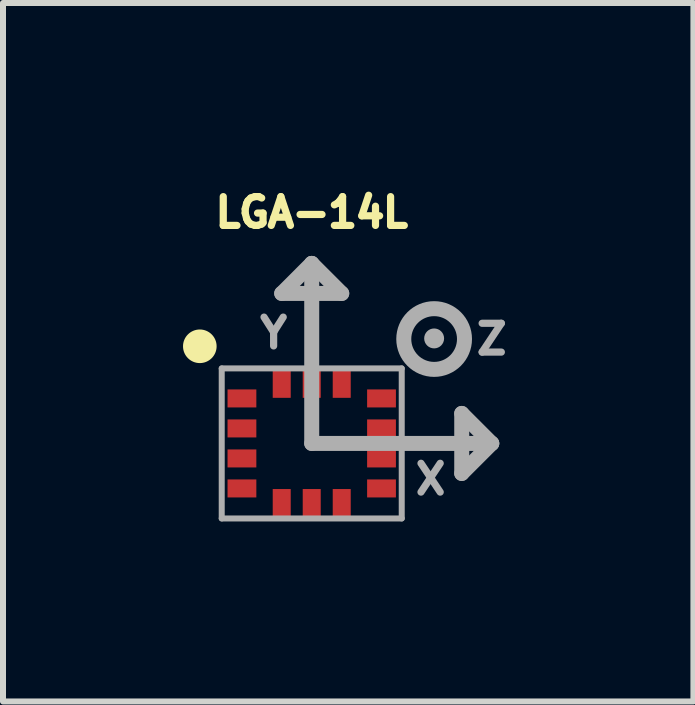
<source format=kicad_pcb>
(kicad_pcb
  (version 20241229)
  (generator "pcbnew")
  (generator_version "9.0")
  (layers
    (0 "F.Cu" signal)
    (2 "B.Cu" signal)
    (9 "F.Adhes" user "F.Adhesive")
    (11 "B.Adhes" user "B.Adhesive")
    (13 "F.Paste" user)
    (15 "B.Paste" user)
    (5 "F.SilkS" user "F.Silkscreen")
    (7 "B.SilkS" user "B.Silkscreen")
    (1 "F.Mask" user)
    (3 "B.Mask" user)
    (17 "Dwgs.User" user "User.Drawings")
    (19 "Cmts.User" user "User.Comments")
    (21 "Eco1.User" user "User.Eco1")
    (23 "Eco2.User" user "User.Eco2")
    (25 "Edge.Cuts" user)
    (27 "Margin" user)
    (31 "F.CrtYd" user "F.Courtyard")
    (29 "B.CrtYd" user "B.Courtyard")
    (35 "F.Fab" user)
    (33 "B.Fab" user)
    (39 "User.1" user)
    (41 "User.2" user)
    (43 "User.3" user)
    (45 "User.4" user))
  (footprint "LGA-14L"
    (layer "F.Cu")
    (at 2.145 4.34)
    (property "Reference" "LGA-14L" (at 0 -3.849 0) (layer "F.SilkS") (effects (font (size 0.48 0.48) (thickness 0.15))))
    (attr smd)
    (fp_circle (center -1.865 -1.619) (end -1.585 -1.619) (stroke (width 0) (type solid)) (fill yes) (layer "F.SilkS"))
    (fp_line (start -1.5 -1.25) (end 1.5 -1.25) (stroke (width 0.1) (type solid)) (layer "F.Fab"))
    (fp_line (start -1.5 1.25) (end -1.5 -1.25) (stroke (width 0.1) (type solid)) (layer "F.Fab"))
    (fp_line (start -0.5 -2.5) (end 0.5 -2.5) (stroke (width 0.25) (type solid)) (layer "F.Fab"))
    (fp_line (start 0 -3) (end -0.5 -2.5) (stroke (width 0.25) (type solid)) (layer "F.Fab"))
    (fp_line (start 0 0) (end 0 -3) (stroke (width 0.25) (type solid)) (layer "F.Fab"))
    (fp_line (start 0 0) (end 3 0) (stroke (width 0.25) (type solid)) (layer "F.Fab"))
    (fp_line (start 0.5 -2.5) (end 0 -3) (stroke (width 0.25) (type solid)) (layer "F.Fab"))
    (fp_line (start 1.5 -1.25) (end 1.5 1.25) (stroke (width 0.1) (type solid)) (layer "F.Fab"))
    (fp_line (start 1.5 1.25) (end -1.5 1.25) (stroke (width 0.1) (type solid)) (layer "F.Fab"))
    (fp_line (start 2.5 -0.5) (end 2.5 0.5) (stroke (width 0.25) (type solid)) (layer "F.Fab"))
    (fp_line (start 2.5 0.5) (end 3 0) (stroke (width 0.25) (type solid)) (layer "F.Fab"))
    (fp_line (start 3 0) (end 2.5 -0.5) (stroke (width 0.25) (type solid)) (layer "F.Fab"))
    (fp_circle (center 2.04 -1.75) (end 2.206 -1.75) (stroke (width 0) (type solid)) (fill yes) (layer "F.Fab"))
    (fp_circle (center 2.04 -1.74) (end 2.546 -1.74) (stroke (width 0.25) (type solid)) (fill no) (layer "F.Fab"))
    (fp_text user "X" (at 1.981 0.595 0) (layer "F.Fab") (effects (font (size 0.48 0.48) (thickness 0.15))))
    (fp_text user "Z" (at 3 -1.738 0) (layer "F.Fab") (effects (font (size 0.48 0.48) (thickness 0.15))))
    (fp_text user "Y" (at -0.635 -1.841 0) (layer "F.Fab") (effects (font (size 0.48 0.48) (thickness 0.15))))
    (pad "P1" smd rect (at -1.163 -0.75) (size 0.48 0.3) (layers "F.Cu" "F.Mask" "F.Paste"))
    (pad "P2" smd rect (at -1.163 -0.25) (size 0.48 0.3) (layers "F.Cu" "F.Mask" "F.Paste"))
    (pad "P3" smd rect (at -1.163 0.25) (size 0.48 0.3) (layers "F.Cu" "F.Mask" "F.Paste"))
    (pad "P4" smd rect (at -1.163 0.75) (size 0.48 0.3) (layers "F.Cu" "F.Mask" "F.Paste"))
    (pad "P5" smd rect (at -0.5 1) (size 0.3 0.48) (layers "F.Cu" "F.Mask" "F.Paste"))
    (pad "P6" smd rect (at 0 1) (size 0.3 0.48) (layers "F.Cu" "F.Mask" "F.Paste"))
    (pad "P7" smd rect (at 0.5 1) (size 0.3 0.48) (layers "F.Cu" "F.Mask" "F.Paste"))
    (pad "P8" smd rect (at 1.163 0.75 180) (size 0.48 0.3) (layers "F.Cu" "F.Mask" "F.Paste"))
    (pad "P9" smd rect (at 1.163 0.25 180) (size 0.48 0.3) (layers "F.Cu" "F.Mask" "F.Paste"))
    (pad "P10" smd rect (at 1.163 -0.25 180) (size 0.48 0.3) (layers "F.Cu" "F.Mask" "F.Paste"))
    (pad "P11" smd rect (at 1.163 -0.75 180) (size 0.48 0.3) (layers "F.Cu" "F.Mask" "F.Paste"))
    (pad "P12" smd rect (at 0.5 -1 180) (size 0.3 0.48) (layers "F.Cu" "F.Mask" "F.Paste"))
    (pad "P13" smd rect (at 0 -1 180) (size 0.3 0.48) (layers "F.Cu" "F.Mask" "F.Paste"))
    (pad "P14" smd rect (at -0.5 -1 180) (size 0.3 0.48) (layers "F.Cu" "F.Mask" "F.Paste")))
  (gr_rect
    (start -3 -3)
    (end 8.506 8.64)
    (stroke (width 0.1) (type default))
    (fill no)
    (layer "Edge.Cuts")))
</source>
